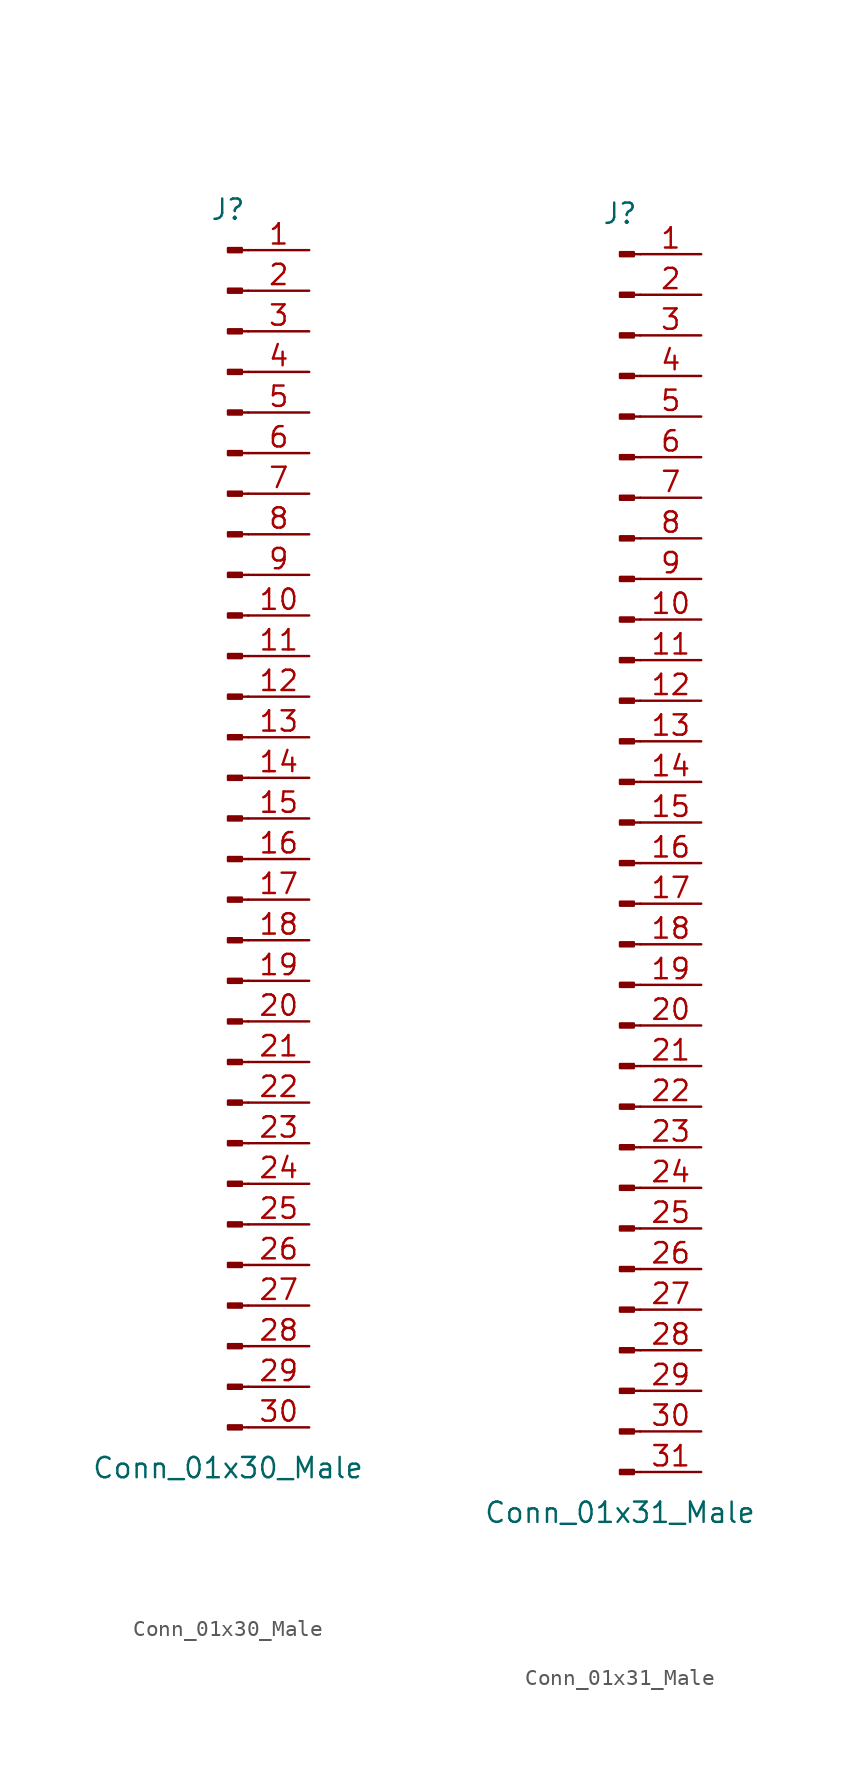
<source format=kicad_sym>
(kicad_symbol_lib
  (version 20201005)
  (generator kicad_symbol_editor)
  (symbol "Connector:Conn_01x30_Male"
    (pin_names
      (offset 1.016) hide)
    (property "Reference" "J"
      (at 0 38.1 0)
      (effects (font (size 1.27 1.27))))
    (property "Value" "Conn_01x30_Male"
      (at 0 -40.64 0)
      (effects (font (size 1.27 1.27))))
    (symbol "Conn_01x30_Male_1_1"
      (rectangle (start 0.864 -37.973) (end 0 -38.227) (stroke (width 0.152)) (fill (type outline)))
      (rectangle (start 0.864 -35.433) (end 0 -35.687) (stroke (width 0.152)) (fill (type outline)))
      (rectangle (start 0.864 -32.893) (end 0 -33.147) (stroke (width 0.152)) (fill (type outline)))
      (rectangle (start 0.864 -30.353) (end 0 -30.607) (stroke (width 0.152)) (fill (type outline)))
      (rectangle (start 0.864 -27.813) (end 0 -28.067) (stroke (width 0.152)) (fill (type outline)))
      (rectangle (start 0.864 -25.273) (end 0 -25.527) (stroke (width 0.152)) (fill (type outline)))
      (rectangle (start 0.864 -22.733) (end 0 -22.987) (stroke (width 0.152)) (fill (type outline)))
      (rectangle (start 0.864 -20.193) (end 0 -20.447) (stroke (width 0.152)) (fill (type outline)))
      (rectangle (start 0.864 -17.653) (end 0 -17.907) (stroke (width 0.152)) (fill (type outline)))
      (rectangle (start 0.864 -15.113) (end 0 -15.367) (stroke (width 0.152)) (fill (type outline)))
      (rectangle (start 0.864 -12.573) (end 0 -12.827) (stroke (width 0.152)) (fill (type outline)))
      (rectangle (start 0.864 -10.033) (end 0 -10.287) (stroke (width 0.152)) (fill (type outline)))
      (rectangle (start 0.864 -7.493) (end 0 -7.747) (stroke (width 0.152)) (fill (type outline)))
      (rectangle (start 0.864 -4.953) (end 0 -5.207) (stroke (width 0.152)) (fill (type outline)))
      (rectangle (start 0.864 -2.413) (end 0 -2.667) (stroke (width 0.152)) (fill (type outline)))
      (rectangle (start 0.864 0.127) (end 0 -0.127) (stroke (width 0.152)) (fill (type outline)))
      (rectangle (start 0.864 2.667) (end 0 2.413) (stroke (width 0.152)) (fill (type outline)))
      (rectangle (start 0.864 5.207) (end 0 4.953) (stroke (width 0.152)) (fill (type outline)))
      (rectangle (start 0.864 7.747) (end 0 7.493) (stroke (width 0.152)) (fill (type outline)))
      (rectangle (start 0.864 10.287) (end 0 10.033) (stroke (width 0.152)) (fill (type outline)))
      (rectangle (start 0.864 12.827) (end 0 12.573) (stroke (width 0.152)) (fill (type outline)))
      (rectangle (start 0.864 15.367) (end 0 15.113) (stroke (width 0.152)) (fill (type outline)))
      (rectangle (start 0.864 17.907) (end 0 17.653) (stroke (width 0.152)) (fill (type outline)))
      (rectangle (start 0.864 20.447) (end 0 20.193) (stroke (width 0.152)) (fill (type outline)))
      (rectangle (start 0.864 22.987) (end 0 22.733) (stroke (width 0.152)) (fill (type outline)))
      (rectangle (start 0.864 25.527) (end 0 25.273) (stroke (width 0.152)) (fill (type outline)))
      (rectangle (start 0.864 28.067) (end 0 27.813) (stroke (width 0.152)) (fill (type outline)))
      (rectangle (start 0.864 30.607) (end 0 30.353) (stroke (width 0.152)) (fill (type outline)))
      (rectangle (start 0.864 33.147) (end 0 32.893) (stroke (width 0.152)) (fill (type outline)))
      (rectangle (start 0.864 35.687) (end 0 35.433) (stroke (width 0.152)) (fill (type outline)))
      (polyline (pts (xy 1.27 -38.1) (xy 0.864 -38.1)) (stroke (width 0.152)) (fill (type none)))
      (polyline (pts (xy 1.27 -35.56) (xy 0.864 -35.56)) (stroke (width 0.152)) (fill (type none)))
      (polyline (pts (xy 1.27 -33.02) (xy 0.864 -33.02)) (stroke (width 0.152)) (fill (type none)))
      (polyline (pts (xy 1.27 -30.48) (xy 0.864 -30.48)) (stroke (width 0.152)) (fill (type none)))
      (polyline (pts (xy 1.27 -27.94) (xy 0.864 -27.94)) (stroke (width 0.152)) (fill (type none)))
      (polyline (pts (xy 1.27 -25.4) (xy 0.864 -25.4)) (stroke (width 0.152)) (fill (type none)))
      (polyline (pts (xy 1.27 -22.86) (xy 0.864 -22.86)) (stroke (width 0.152)) (fill (type none)))
      (polyline (pts (xy 1.27 -20.32) (xy 0.864 -20.32)) (stroke (width 0.152)) (fill (type none)))
      (polyline (pts (xy 1.27 -17.78) (xy 0.864 -17.78)) (stroke (width 0.152)) (fill (type none)))
      (polyline (pts (xy 1.27 -15.24) (xy 0.864 -15.24)) (stroke (width 0.152)) (fill (type none)))
      (polyline (pts (xy 1.27 -12.7) (xy 0.864 -12.7)) (stroke (width 0.152)) (fill (type none)))
      (polyline (pts (xy 1.27 -10.16) (xy 0.864 -10.16)) (stroke (width 0.152)) (fill (type none)))
      (polyline (pts (xy 1.27 -7.62) (xy 0.864 -7.62)) (stroke (width 0.152)) (fill (type none)))
      (polyline (pts (xy 1.27 -5.08) (xy 0.864 -5.08)) (stroke (width 0.152)) (fill (type none)))
      (polyline (pts (xy 1.27 -2.54) (xy 0.864 -2.54)) (stroke (width 0.152)) (fill (type none)))
      (polyline (pts (xy 1.27 0) (xy 0.864 0)) (stroke (width 0.152)) (fill (type none)))
      (polyline (pts (xy 1.27 2.54) (xy 0.864 2.54)) (stroke (width 0.152)) (fill (type none)))
      (polyline (pts (xy 1.27 5.08) (xy 0.864 5.08)) (stroke (width 0.152)) (fill (type none)))
      (polyline (pts (xy 1.27 7.62) (xy 0.864 7.62)) (stroke (width 0.152)) (fill (type none)))
      (polyline (pts (xy 1.27 10.16) (xy 0.864 10.16)) (stroke (width 0.152)) (fill (type none)))
      (polyline (pts (xy 1.27 12.7) (xy 0.864 12.7)) (stroke (width 0.152)) (fill (type none)))
      (polyline (pts (xy 1.27 15.24) (xy 0.864 15.24)) (stroke (width 0.152)) (fill (type none)))
      (polyline (pts (xy 1.27 17.78) (xy 0.864 17.78)) (stroke (width 0.152)) (fill (type none)))
      (polyline (pts (xy 1.27 20.32) (xy 0.864 20.32)) (stroke (width 0.152)) (fill (type none)))
      (polyline (pts (xy 1.27 22.86) (xy 0.864 22.86)) (stroke (width 0.152)) (fill (type none)))
      (polyline (pts (xy 1.27 25.4) (xy 0.864 25.4)) (stroke (width 0.152)) (fill (type none)))
      (polyline (pts (xy 1.27 27.94) (xy 0.864 27.94)) (stroke (width 0.152)) (fill (type none)))
      (polyline (pts (xy 1.27 30.48) (xy 0.864 30.48)) (stroke (width 0.152)) (fill (type none)))
      (polyline (pts (xy 1.27 33.02) (xy 0.864 33.02)) (stroke (width 0.152)) (fill (type none)))
      (polyline (pts (xy 1.27 35.56) (xy 0.864 35.56)) (stroke (width 0.152)) (fill (type none)))
      (pin passive line (at 5.08 35.56 180) (length 3.81) (name "Pin_1" (effects (font (size 1.27 1.27)))) (number "1" (effects (font (size 1.27 1.27)))))
      (pin passive line (at 5.08 12.7 180) (length 3.81) (name "Pin_10" (effects (font (size 1.27 1.27)))) (number "10" (effects (font (size 1.27 1.27)))))
      (pin passive line (at 5.08 10.16 180) (length 3.81) (name "Pin_11" (effects (font (size 1.27 1.27)))) (number "11" (effects (font (size 1.27 1.27)))))
      (pin passive line (at 5.08 7.62 180) (length 3.81) (name "Pin_12" (effects (font (size 1.27 1.27)))) (number "12" (effects (font (size 1.27 1.27)))))
      (pin passive line (at 5.08 5.08 180) (length 3.81) (name "Pin_13" (effects (font (size 1.27 1.27)))) (number "13" (effects (font (size 1.27 1.27)))))
      (pin passive line (at 5.08 2.54 180) (length 3.81) (name "Pin_14" (effects (font (size 1.27 1.27)))) (number "14" (effects (font (size 1.27 1.27)))))
      (pin passive line (at 5.08 0 180) (length 3.81) (name "Pin_15" (effects (font (size 1.27 1.27)))) (number "15" (effects (font (size 1.27 1.27)))))
      (pin passive line (at 5.08 -2.54 180) (length 3.81) (name "Pin_16" (effects (font (size 1.27 1.27)))) (number "16" (effects (font (size 1.27 1.27)))))
      (pin passive line (at 5.08 -5.08 180) (length 3.81) (name "Pin_17" (effects (font (size 1.27 1.27)))) (number "17" (effects (font (size 1.27 1.27)))))
      (pin passive line (at 5.08 -7.62 180) (length 3.81) (name "Pin_18" (effects (font (size 1.27 1.27)))) (number "18" (effects (font (size 1.27 1.27)))))
      (pin passive line (at 5.08 -10.16 180) (length 3.81) (name "Pin_19" (effects (font (size 1.27 1.27)))) (number "19" (effects (font (size 1.27 1.27)))))
      (pin passive line (at 5.08 33.02 180) (length 3.81) (name "Pin_2" (effects (font (size 1.27 1.27)))) (number "2" (effects (font (size 1.27 1.27)))))
      (pin passive line (at 5.08 -12.7 180) (length 3.81) (name "Pin_20" (effects (font (size 1.27 1.27)))) (number "20" (effects (font (size 1.27 1.27)))))
      (pin passive line (at 5.08 -15.24 180) (length 3.81) (name "Pin_21" (effects (font (size 1.27 1.27)))) (number "21" (effects (font (size 1.27 1.27)))))
      (pin passive line (at 5.08 -17.78 180) (length 3.81) (name "Pin_22" (effects (font (size 1.27 1.27)))) (number "22" (effects (font (size 1.27 1.27)))))
      (pin passive line (at 5.08 -20.32 180) (length 3.81) (name "Pin_23" (effects (font (size 1.27 1.27)))) (number "23" (effects (font (size 1.27 1.27)))))
      (pin passive line (at 5.08 -22.86 180) (length 3.81) (name "Pin_24" (effects (font (size 1.27 1.27)))) (number "24" (effects (font (size 1.27 1.27)))))
      (pin passive line (at 5.08 -25.4 180) (length 3.81) (name "Pin_25" (effects (font (size 1.27 1.27)))) (number "25" (effects (font (size 1.27 1.27)))))
      (pin passive line (at 5.08 -27.94 180) (length 3.81) (name "Pin_26" (effects (font (size 1.27 1.27)))) (number "26" (effects (font (size 1.27 1.27)))))
      (pin passive line (at 5.08 -30.48 180) (length 3.81) (name "Pin_27" (effects (font (size 1.27 1.27)))) (number "27" (effects (font (size 1.27 1.27)))))
      (pin passive line (at 5.08 -33.02 180) (length 3.81) (name "Pin_28" (effects (font (size 1.27 1.27)))) (number "28" (effects (font (size 1.27 1.27)))))
      (pin passive line (at 5.08 -35.56 180) (length 3.81) (name "Pin_29" (effects (font (size 1.27 1.27)))) (number "29" (effects (font (size 1.27 1.27)))))
      (pin passive line (at 5.08 30.48 180) (length 3.81) (name "Pin_3" (effects (font (size 1.27 1.27)))) (number "3" (effects (font (size 1.27 1.27)))))
      (pin passive line (at 5.08 -38.1 180) (length 3.81) (name "Pin_30" (effects (font (size 1.27 1.27)))) (number "30" (effects (font (size 1.27 1.27)))))
      (pin passive line (at 5.08 27.94 180) (length 3.81) (name "Pin_4" (effects (font (size 1.27 1.27)))) (number "4" (effects (font (size 1.27 1.27)))))
      (pin passive line (at 5.08 25.4 180) (length 3.81) (name "Pin_5" (effects (font (size 1.27 1.27)))) (number "5" (effects (font (size 1.27 1.27)))))
      (pin passive line (at 5.08 22.86 180) (length 3.81) (name "Pin_6" (effects (font (size 1.27 1.27)))) (number "6" (effects (font (size 1.27 1.27)))))
      (pin passive line (at 5.08 20.32 180) (length 3.81) (name "Pin_7" (effects (font (size 1.27 1.27)))) (number "7" (effects (font (size 1.27 1.27)))))
      (pin passive line (at 5.08 17.78 180) (length 3.81) (name "Pin_8" (effects (font (size 1.27 1.27)))) (number "8" (effects (font (size 1.27 1.27)))))
      (pin passive line (at 5.08 15.24 180) (length 3.81) (name "Pin_9" (effects (font (size 1.27 1.27)))) (number "9" (effects (font (size 1.27 1.27)))))))
  (symbol "Connector:Conn_01x31_Male"
    (pin_names
      (offset 1.016) hide)
    (property "Reference" "J"
      (at 0 40.64 0)
      (effects (font (size 1.27 1.27))))
    (property "Value" "Conn_01x31_Male"
      (at 0 -40.64 0)
      (effects (font (size 1.27 1.27))))
    (symbol "Conn_01x31_Male_1_1"
      (rectangle (start 0.864 -37.973) (end 0 -38.227) (stroke (width 0.152)) (fill (type outline)))
      (rectangle (start 0.864 -35.433) (end 0 -35.687) (stroke (width 0.152)) (fill (type outline)))
      (rectangle (start 0.864 -32.893) (end 0 -33.147) (stroke (width 0.152)) (fill (type outline)))
      (rectangle (start 0.864 -30.353) (end 0 -30.607) (stroke (width 0.152)) (fill (type outline)))
      (rectangle (start 0.864 -27.813) (end 0 -28.067) (stroke (width 0.152)) (fill (type outline)))
      (rectangle (start 0.864 -25.273) (end 0 -25.527) (stroke (width 0.152)) (fill (type outline)))
      (rectangle (start 0.864 -22.733) (end 0 -22.987) (stroke (width 0.152)) (fill (type outline)))
      (rectangle (start 0.864 -20.193) (end 0 -20.447) (stroke (width 0.152)) (fill (type outline)))
      (rectangle (start 0.864 -17.653) (end 0 -17.907) (stroke (width 0.152)) (fill (type outline)))
      (rectangle (start 0.864 -15.113) (end 0 -15.367) (stroke (width 0.152)) (fill (type outline)))
      (rectangle (start 0.864 -12.573) (end 0 -12.827) (stroke (width 0.152)) (fill (type outline)))
      (rectangle (start 0.864 -10.033) (end 0 -10.287) (stroke (width 0.152)) (fill (type outline)))
      (rectangle (start 0.864 -7.493) (end 0 -7.747) (stroke (width 0.152)) (fill (type outline)))
      (rectangle (start 0.864 -4.953) (end 0 -5.207) (stroke (width 0.152)) (fill (type outline)))
      (rectangle (start 0.864 -2.413) (end 0 -2.667) (stroke (width 0.152)) (fill (type outline)))
      (rectangle (start 0.864 0.127) (end 0 -0.127) (stroke (width 0.152)) (fill (type outline)))
      (rectangle (start 0.864 2.667) (end 0 2.413) (stroke (width 0.152)) (fill (type outline)))
      (rectangle (start 0.864 5.207) (end 0 4.953) (stroke (width 0.152)) (fill (type outline)))
      (rectangle (start 0.864 7.747) (end 0 7.493) (stroke (width 0.152)) (fill (type outline)))
      (rectangle (start 0.864 10.287) (end 0 10.033) (stroke (width 0.152)) (fill (type outline)))
      (rectangle (start 0.864 12.827) (end 0 12.573) (stroke (width 0.152)) (fill (type outline)))
      (rectangle (start 0.864 15.367) (end 0 15.113) (stroke (width 0.152)) (fill (type outline)))
      (rectangle (start 0.864 17.907) (end 0 17.653) (stroke (width 0.152)) (fill (type outline)))
      (rectangle (start 0.864 20.447) (end 0 20.193) (stroke (width 0.152)) (fill (type outline)))
      (rectangle (start 0.864 22.987) (end 0 22.733) (stroke (width 0.152)) (fill (type outline)))
      (rectangle (start 0.864 25.527) (end 0 25.273) (stroke (width 0.152)) (fill (type outline)))
      (rectangle (start 0.864 28.067) (end 0 27.813) (stroke (width 0.152)) (fill (type outline)))
      (rectangle (start 0.864 30.607) (end 0 30.353) (stroke (width 0.152)) (fill (type outline)))
      (rectangle (start 0.864 33.147) (end 0 32.893) (stroke (width 0.152)) (fill (type outline)))
      (rectangle (start 0.864 35.687) (end 0 35.433) (stroke (width 0.152)) (fill (type outline)))
      (rectangle (start 0.864 38.227) (end 0 37.973) (stroke (width 0.152)) (fill (type outline)))
      (polyline (pts (xy 1.27 -38.1) (xy 0.864 -38.1)) (stroke (width 0.152)) (fill (type none)))
      (polyline (pts (xy 1.27 -35.56) (xy 0.864 -35.56)) (stroke (width 0.152)) (fill (type none)))
      (polyline (pts (xy 1.27 -33.02) (xy 0.864 -33.02)) (stroke (width 0.152)) (fill (type none)))
      (polyline (pts (xy 1.27 -30.48) (xy 0.864 -30.48)) (stroke (width 0.152)) (fill (type none)))
      (polyline (pts (xy 1.27 -27.94) (xy 0.864 -27.94)) (stroke (width 0.152)) (fill (type none)))
      (polyline (pts (xy 1.27 -25.4) (xy 0.864 -25.4)) (stroke (width 0.152)) (fill (type none)))
      (polyline (pts (xy 1.27 -22.86) (xy 0.864 -22.86)) (stroke (width 0.152)) (fill (type none)))
      (polyline (pts (xy 1.27 -20.32) (xy 0.864 -20.32)) (stroke (width 0.152)) (fill (type none)))
      (polyline (pts (xy 1.27 -17.78) (xy 0.864 -17.78)) (stroke (width 0.152)) (fill (type none)))
      (polyline (pts (xy 1.27 -15.24) (xy 0.864 -15.24)) (stroke (width 0.152)) (fill (type none)))
      (polyline (pts (xy 1.27 -12.7) (xy 0.864 -12.7)) (stroke (width 0.152)) (fill (type none)))
      (polyline (pts (xy 1.27 -10.16) (xy 0.864 -10.16)) (stroke (width 0.152)) (fill (type none)))
      (polyline (pts (xy 1.27 -7.62) (xy 0.864 -7.62)) (stroke (width 0.152)) (fill (type none)))
      (polyline (pts (xy 1.27 -5.08) (xy 0.864 -5.08)) (stroke (width 0.152)) (fill (type none)))
      (polyline (pts (xy 1.27 -2.54) (xy 0.864 -2.54)) (stroke (width 0.152)) (fill (type none)))
      (polyline (pts (xy 1.27 0) (xy 0.864 0)) (stroke (width 0.152)) (fill (type none)))
      (polyline (pts (xy 1.27 2.54) (xy 0.864 2.54)) (stroke (width 0.152)) (fill (type none)))
      (polyline (pts (xy 1.27 5.08) (xy 0.864 5.08)) (stroke (width 0.152)) (fill (type none)))
      (polyline (pts (xy 1.27 7.62) (xy 0.864 7.62)) (stroke (width 0.152)) (fill (type none)))
      (polyline (pts (xy 1.27 10.16) (xy 0.864 10.16)) (stroke (width 0.152)) (fill (type none)))
      (polyline (pts (xy 1.27 12.7) (xy 0.864 12.7)) (stroke (width 0.152)) (fill (type none)))
      (polyline (pts (xy 1.27 15.24) (xy 0.864 15.24)) (stroke (width 0.152)) (fill (type none)))
      (polyline (pts (xy 1.27 17.78) (xy 0.864 17.78)) (stroke (width 0.152)) (fill (type none)))
      (polyline (pts (xy 1.27 20.32) (xy 0.864 20.32)) (stroke (width 0.152)) (fill (type none)))
      (polyline (pts (xy 1.27 22.86) (xy 0.864 22.86)) (stroke (width 0.152)) (fill (type none)))
      (polyline (pts (xy 1.27 25.4) (xy 0.864 25.4)) (stroke (width 0.152)) (fill (type none)))
      (polyline (pts (xy 1.27 27.94) (xy 0.864 27.94)) (stroke (width 0.152)) (fill (type none)))
      (polyline (pts (xy 1.27 30.48) (xy 0.864 30.48)) (stroke (width 0.152)) (fill (type none)))
      (polyline (pts (xy 1.27 33.02) (xy 0.864 33.02)) (stroke (width 0.152)) (fill (type none)))
      (polyline (pts (xy 1.27 35.56) (xy 0.864 35.56)) (stroke (width 0.152)) (fill (type none)))
      (polyline (pts (xy 1.27 38.1) (xy 0.864 38.1)) (stroke (width 0.152)) (fill (type none)))
      (pin passive line (at 5.08 38.1 180) (length 3.81) (name "Pin_1" (effects (font (size 1.27 1.27)))) (number "1" (effects (font (size 1.27 1.27)))))
      (pin passive line (at 5.08 15.24 180) (length 3.81) (name "Pin_10" (effects (font (size 1.27 1.27)))) (number "10" (effects (font (size 1.27 1.27)))))
      (pin passive line (at 5.08 12.7 180) (length 3.81) (name "Pin_11" (effects (font (size 1.27 1.27)))) (number "11" (effects (font (size 1.27 1.27)))))
      (pin passive line (at 5.08 10.16 180) (length 3.81) (name "Pin_12" (effects (font (size 1.27 1.27)))) (number "12" (effects (font (size 1.27 1.27)))))
      (pin passive line (at 5.08 7.62 180) (length 3.81) (name "Pin_13" (effects (font (size 1.27 1.27)))) (number "13" (effects (font (size 1.27 1.27)))))
      (pin passive line (at 5.08 5.08 180) (length 3.81) (name "Pin_14" (effects (font (size 1.27 1.27)))) (number "14" (effects (font (size 1.27 1.27)))))
      (pin passive line (at 5.08 2.54 180) (length 3.81) (name "Pin_15" (effects (font (size 1.27 1.27)))) (number "15" (effects (font (size 1.27 1.27)))))
      (pin passive line (at 5.08 0 180) (length 3.81) (name "Pin_16" (effects (font (size 1.27 1.27)))) (number "16" (effects (font (size 1.27 1.27)))))
      (pin passive line (at 5.08 -2.54 180) (length 3.81) (name "Pin_17" (effects (font (size 1.27 1.27)))) (number "17" (effects (font (size 1.27 1.27)))))
      (pin passive line (at 5.08 -5.08 180) (length 3.81) (name "Pin_18" (effects (font (size 1.27 1.27)))) (number "18" (effects (font (size 1.27 1.27)))))
      (pin passive line (at 5.08 -7.62 180) (length 3.81) (name "Pin_19" (effects (font (size 1.27 1.27)))) (number "19" (effects (font (size 1.27 1.27)))))
      (pin passive line (at 5.08 35.56 180) (length 3.81) (name "Pin_2" (effects (font (size 1.27 1.27)))) (number "2" (effects (font (size 1.27 1.27)))))
      (pin passive line (at 5.08 -10.16 180) (length 3.81) (name "Pin_20" (effects (font (size 1.27 1.27)))) (number "20" (effects (font (size 1.27 1.27)))))
      (pin passive line (at 5.08 -12.7 180) (length 3.81) (name "Pin_21" (effects (font (size 1.27 1.27)))) (number "21" (effects (font (size 1.27 1.27)))))
      (pin passive line (at 5.08 -15.24 180) (length 3.81) (name "Pin_22" (effects (font (size 1.27 1.27)))) (number "22" (effects (font (size 1.27 1.27)))))
      (pin passive line (at 5.08 -17.78 180) (length 3.81) (name "Pin_23" (effects (font (size 1.27 1.27)))) (number "23" (effects (font (size 1.27 1.27)))))
      (pin passive line (at 5.08 -20.32 180) (length 3.81) (name "Pin_24" (effects (font (size 1.27 1.27)))) (number "24" (effects (font (size 1.27 1.27)))))
      (pin passive line (at 5.08 -22.86 180) (length 3.81) (name "Pin_25" (effects (font (size 1.27 1.27)))) (number "25" (effects (font (size 1.27 1.27)))))
      (pin passive line (at 5.08 -25.4 180) (length 3.81) (name "Pin_26" (effects (font (size 1.27 1.27)))) (number "26" (effects (font (size 1.27 1.27)))))
      (pin passive line (at 5.08 -27.94 180) (length 3.81) (name "Pin_27" (effects (font (size 1.27 1.27)))) (number "27" (effects (font (size 1.27 1.27)))))
      (pin passive line (at 5.08 -30.48 180) (length 3.81) (name "Pin_28" (effects (font (size 1.27 1.27)))) (number "28" (effects (font (size 1.27 1.27)))))
      (pin passive line (at 5.08 -33.02 180) (length 3.81) (name "Pin_29" (effects (font (size 1.27 1.27)))) (number "29" (effects (font (size 1.27 1.27)))))
      (pin passive line (at 5.08 33.02 180) (length 3.81) (name "Pin_3" (effects (font (size 1.27 1.27)))) (number "3" (effects (font (size 1.27 1.27)))))
      (pin passive line (at 5.08 -35.56 180) (length 3.81) (name "Pin_30" (effects (font (size 1.27 1.27)))) (number "30" (effects (font (size 1.27 1.27)))))
      (pin passive line (at 5.08 -38.1 180) (length 3.81) (name "Pin_31" (effects (font (size 1.27 1.27)))) (number "31" (effects (font (size 1.27 1.27)))))
      (pin passive line (at 5.08 30.48 180) (length 3.81) (name "Pin_4" (effects (font (size 1.27 1.27)))) (number "4" (effects (font (size 1.27 1.27)))))
      (pin passive line (at 5.08 27.94 180) (length 3.81) (name "Pin_5" (effects (font (size 1.27 1.27)))) (number "5" (effects (font (size 1.27 1.27)))))
      (pin passive line (at 5.08 25.4 180) (length 3.81) (name "Pin_6" (effects (font (size 1.27 1.27)))) (number "6" (effects (font (size 1.27 1.27)))))
      (pin passive line (at 5.08 22.86 180) (length 3.81) (name "Pin_7" (effects (font (size 1.27 1.27)))) (number "7" (effects (font (size 1.27 1.27)))))
      (pin passive line (at 5.08 20.32 180) (length 3.81) (name "Pin_8" (effects (font (size 1.27 1.27)))) (number "8" (effects (font (size 1.27 1.27)))))
      (pin passive line (at 5.08 17.78 180) (length 3.81) (name "Pin_9" (effects (font (size 1.27 1.27)))) (number "9" (effects (font (size 1.27 1.27))))))))
</source>
